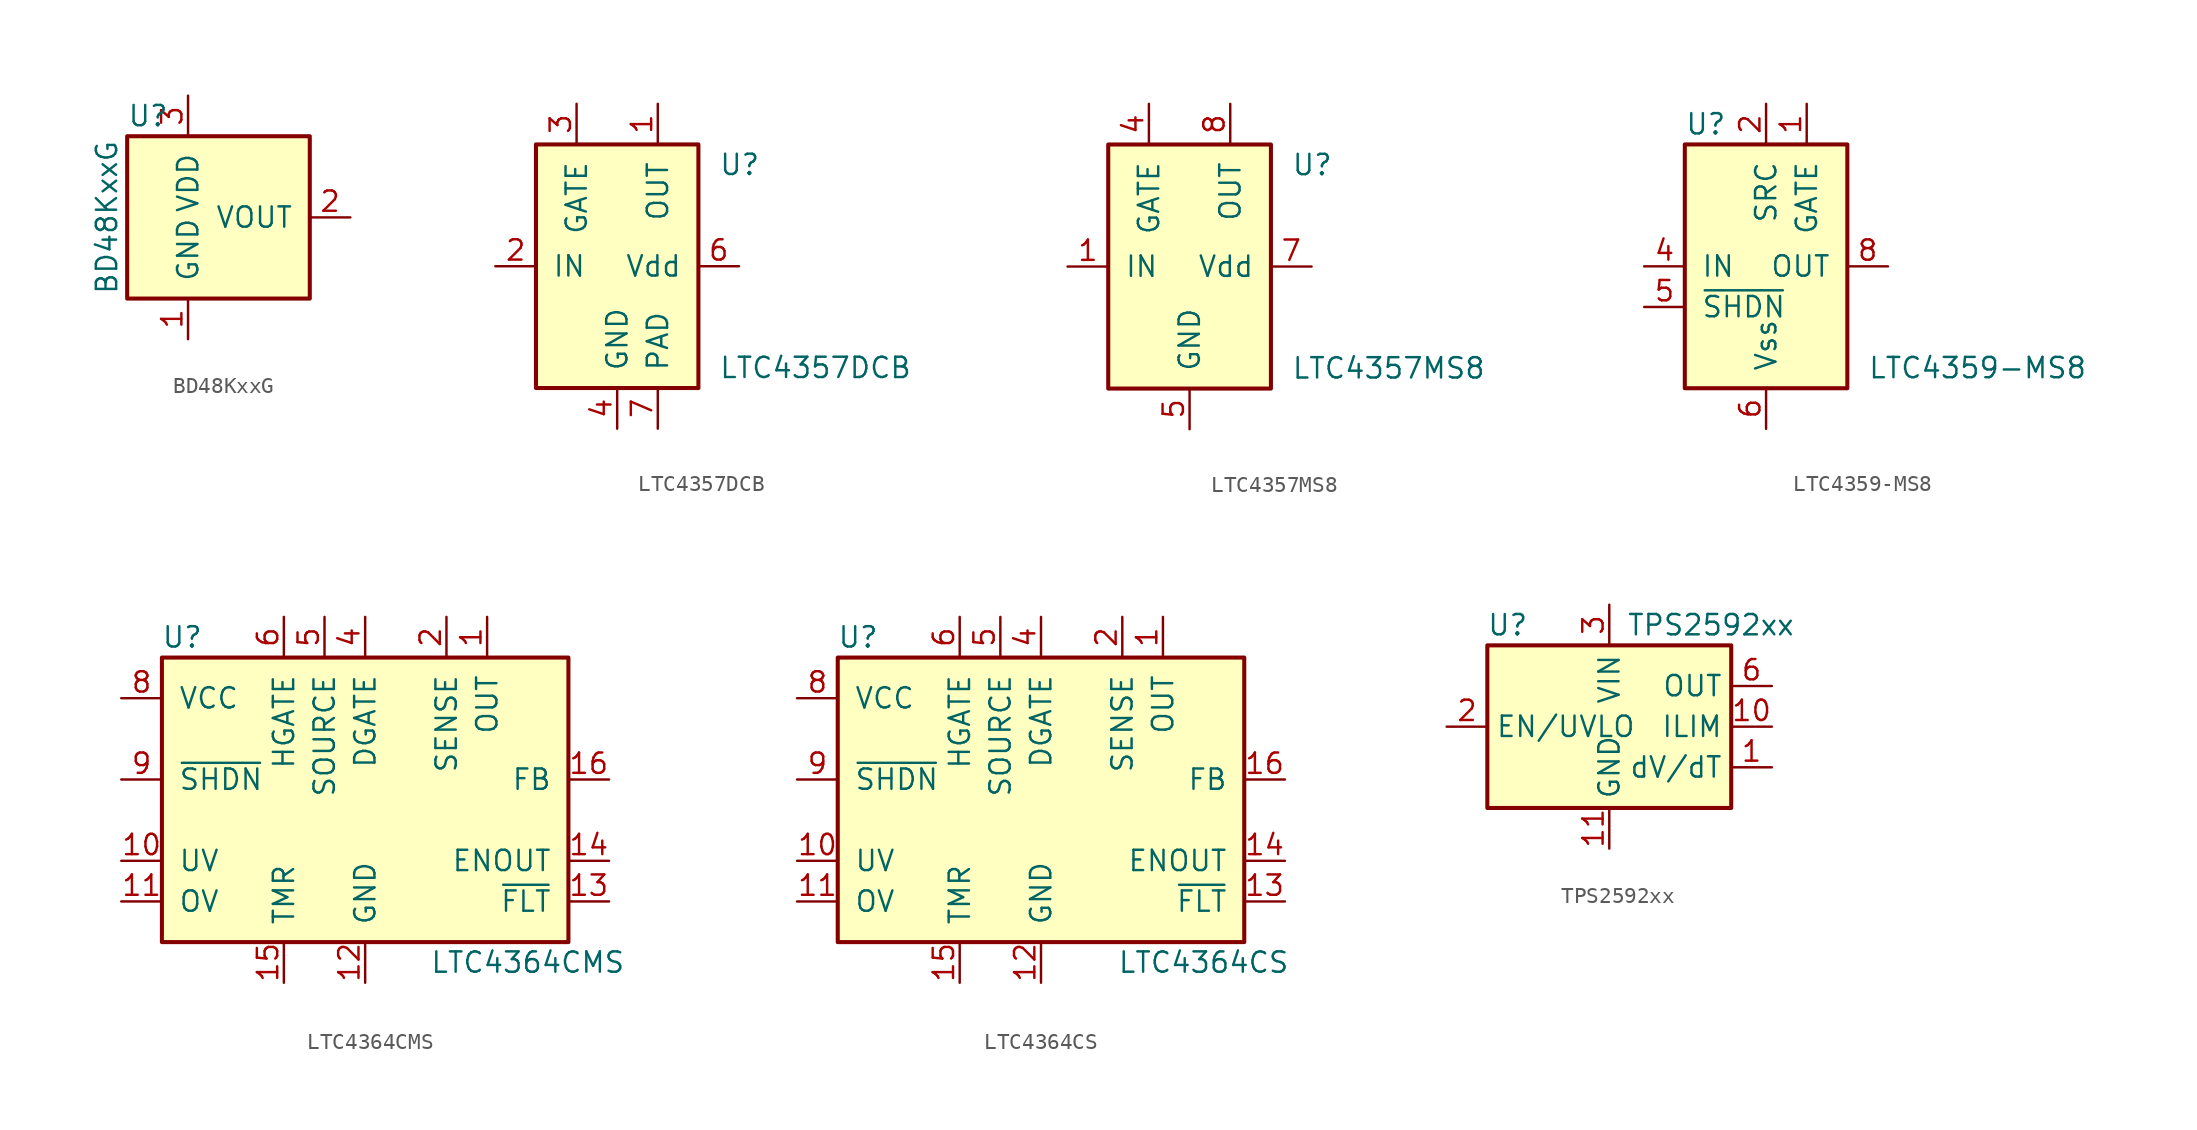
<source format=kicad_sym>
(kicad_symbol_lib
  (version 20220914)
  (generator kicad_symbol_editor)
  (symbol "BD48KxxG"
    (pin_names
      (offset 1.016))
    (property "Reference" "U"
      (at -3.81 6.35 0)
      (effects (font (size 1.27 1.27)) (justify left)))
    (property "Value" "BD48KxxG"
      (at -5.08 0 90)
      (effects (font (size 1.27 1.27))))
    (symbol "BD48KxxG_1_1"
      (rectangle (start -3.81 5.08) (end 7.62 -5.08) (stroke (width 0.254) (type default)) (fill (type background)))
      (pin power_in line (at 0 -7.62 90) (length 2.54) (name "GND" (effects (font (size 1.27 1.27)))) (number "1" (effects (font (size 1.27 1.27)))))
      (pin output line (at 10.16 0 180) (length 2.54) (name "VOUT" (effects (font (size 1.27 1.27)))) (number "2" (effects (font (size 1.27 1.27)))))
      (pin power_in line (at 0 7.62 270) (length 2.54) (name "VDD" (effects (font (size 1.27 1.27)))) (number "3" (effects (font (size 1.27 1.27)))))))
  (symbol "LTC4357DCB"
    (pin_names
      (offset 1.016))
    (property "Reference" "U"
      (at 6.35 6.35 0)
      (effects (font (size 1.27 1.27)) (justify left)))
    (property "Value" "LTC4357DCB"
      (at 6.35 -6.35 0)
      (effects (font (size 1.27 1.27)) (justify left)))
    (symbol "LTC4357DCB_0_1"
      (rectangle (start -5.08 7.62) (end 5.08 -7.62) (stroke (width 0.254) (type default)) (fill (type background))))
    (symbol "LTC4357DCB_1_1"
      (pin input line (at 2.54 10.16 270) (length 2.54) (name "OUT" (effects (font (size 1.27 1.27)))) (number "1" (effects (font (size 1.27 1.27)))))
      (pin input line (at -7.62 0 0) (length 2.54) (name "IN" (effects (font (size 1.27 1.27)))) (number "2" (effects (font (size 1.27 1.27)))))
      (pin output line (at -2.54 10.16 270) (length 2.54) (name "GATE" (effects (font (size 1.27 1.27)))) (number "3" (effects (font (size 1.27 1.27)))))
      (pin power_in line (at 0 -10.16 90) (length 2.54) (name "GND" (effects (font (size 1.27 1.27)))) (number "4" (effects (font (size 1.27 1.27)))))
      (pin no_connect line (at -7.62 -2.54 0) (length 2.54) hide (name "NC" (effects (font (size 1.27 1.27)))) (number "5" (effects (font (size 1.27 1.27)))))
      (pin power_in line (at 7.62 0 180) (length 2.54) (name "Vdd" (effects (font (size 1.27 1.27)))) (number "6" (effects (font (size 1.27 1.27)))))
      (pin power_in line (at 2.54 -10.16 90) (length 2.54) (name "PAD" (effects (font (size 1.27 1.27)))) (number "7" (effects (font (size 1.27 1.27)))))))
  (symbol "LTC4357MS8"
    (pin_names
      (offset 1.016))
    (property "Reference" "U"
      (at 6.35 6.35 0)
      (effects (font (size 1.27 1.27)) (justify left)))
    (property "Value" "LTC4357MS8"
      (at 6.35 -6.35 0)
      (effects (font (size 1.27 1.27)) (justify left)))
    (symbol "LTC4357MS8_0_1"
      (rectangle (start -5.08 7.62) (end 5.08 -7.62) (stroke (width 0.254) (type default)) (fill (type background))))
    (symbol "LTC4357MS8_1_1"
      (pin input line (at -7.62 0 0) (length 2.54) (name "IN" (effects (font (size 1.27 1.27)))) (number "1" (effects (font (size 1.27 1.27)))))
      (pin no_connect line (at -7.62 -2.54 0) (length 2.54) hide (name "NC" (effects (font (size 1.27 1.27)))) (number "2" (effects (font (size 1.27 1.27)))))
      (pin no_connect line (at -7.62 -5.08 0) (length 2.54) hide (name "NC" (effects (font (size 1.27 1.27)))) (number "3" (effects (font (size 1.27 1.27)))))
      (pin output line (at -2.54 10.16 270) (length 2.54) (name "GATE" (effects (font (size 1.27 1.27)))) (number "4" (effects (font (size 1.27 1.27)))))
      (pin power_in line (at 0 -10.16 90) (length 2.54) (name "GND" (effects (font (size 1.27 1.27)))) (number "5" (effects (font (size 1.27 1.27)))))
      (pin no_connect line (at 2.54 -10.16 90) (length 2.54) hide (name "NC" (effects (font (size 1.27 1.27)))) (number "6" (effects (font (size 1.27 1.27)))))
      (pin power_in line (at 7.62 0 180) (length 2.54) (name "Vdd" (effects (font (size 1.27 1.27)))) (number "7" (effects (font (size 1.27 1.27)))))
      (pin input line (at 2.54 10.16 270) (length 2.54) (name "OUT" (effects (font (size 1.27 1.27)))) (number "8" (effects (font (size 1.27 1.27)))))))
  (symbol "LTC4359-MS8"
    (pin_names
      (offset 1.016))
    (property "Reference" "U"
      (at -5.08 8.89 0)
      (effects (font (size 1.27 1.27)) (justify left)))
    (property "Value" "LTC4359-MS8"
      (at 6.35 -6.35 0)
      (effects (font (size 1.27 1.27)) (justify left)))
    (symbol "LTC4359-MS8_0_1"
      (rectangle (start -5.08 7.62) (end 5.08 -7.62) (stroke (width 0.254) (type default)) (fill (type background))))
    (symbol "LTC4359-MS8_1_1"
      (pin output line (at 2.54 10.16 270) (length 2.54) (name "GATE" (effects (font (size 1.27 1.27)))) (number "1" (effects (font (size 1.27 1.27)))))
      (pin input line (at 0 10.16 270) (length 2.54) (name "SRC" (effects (font (size 1.27 1.27)))) (number "2" (effects (font (size 1.27 1.27)))))
      (pin no_connect line (at -2.54 -10.16 90) (length 2.54) hide (name "NC" (effects (font (size 1.27 1.27)))) (number "3" (effects (font (size 1.27 1.27)))))
      (pin power_in line (at -7.62 0 0) (length 2.54) (name "IN" (effects (font (size 1.27 1.27)))) (number "4" (effects (font (size 1.27 1.27)))))
      (pin input line (at -7.62 -2.54 0) (length 2.54) (name "~{SHDN}" (effects (font (size 1.27 1.27)))) (number "5" (effects (font (size 1.27 1.27)))))
      (pin power_in line (at 0 -10.16 90) (length 2.54) (name "Vss" (effects (font (size 1.27 1.27)))) (number "6" (effects (font (size 1.27 1.27)))))
      (pin no_connect line (at 2.54 -10.16 90) (length 2.54) hide (name "NC" (effects (font (size 1.27 1.27)))) (number "7" (effects (font (size 1.27 1.27)))))
      (pin input line (at 7.62 0 180) (length 2.54) (name "OUT" (effects (font (size 1.27 1.27)))) (number "8" (effects (font (size 1.27 1.27)))))))
  (symbol "LTC4364CMS"
    (pin_names
      (offset 1.016))
    (property "Reference" "U"
      (at -11.43 8.89 0)
      (effects (font (size 1.27 1.27))))
    (property "Value" "LTC4364CMS"
      (at 10.16 -11.43 0)
      (effects (font (size 1.27 1.27))))
    (symbol "LTC4364CMS_0_1"
      (rectangle (start -12.7 7.62) (end 12.7 -10.16) (stroke (width 0.254) (type default)) (fill (type background))))
    (symbol "LTC4364CMS_1_1"
      (pin input line (at 7.62 10.16 270) (length 2.54) (name "OUT" (effects (font (size 1.27 1.27)))) (number "1" (effects (font (size 1.27 1.27)))))
      (pin input line (at -15.24 -5.08 0) (length 2.54) (name "UV" (effects (font (size 1.27 1.27)))) (number "10" (effects (font (size 1.27 1.27)))))
      (pin input line (at -15.24 -7.62 0) (length 2.54) (name "OV" (effects (font (size 1.27 1.27)))) (number "11" (effects (font (size 1.27 1.27)))))
      (pin power_in line (at 0 -12.7 90) (length 2.54) (name "GND" (effects (font (size 1.27 1.27)))) (number "12" (effects (font (size 1.27 1.27)))))
      (pin open_collector line (at 15.24 -7.62 180) (length 2.54) (name "~{FLT}" (effects (font (size 1.27 1.27)))) (number "13" (effects (font (size 1.27 1.27)))))
      (pin open_collector line (at 15.24 -5.08 180) (length 2.54) (name "ENOUT" (effects (font (size 1.27 1.27)))) (number "14" (effects (font (size 1.27 1.27)))))
      (pin input line (at -5.08 -12.7 90) (length 2.54) (name "TMR" (effects (font (size 1.27 1.27)))) (number "15" (effects (font (size 1.27 1.27)))))
      (pin input line (at 15.24 0 180) (length 2.54) (name "FB" (effects (font (size 1.27 1.27)))) (number "16" (effects (font (size 1.27 1.27)))))
      (pin input line (at 5.08 10.16 270) (length 2.54) (name "SENSE" (effects (font (size 1.27 1.27)))) (number "2" (effects (font (size 1.27 1.27)))))
      (pin no_connect line (at 15.24 2.54 180) (length 2.54) hide (name "NC" (effects (font (size 1.27 1.27)))) (number "3" (effects (font (size 1.27 1.27)))))
      (pin output line (at 0 10.16 270) (length 2.54) (name "DGATE" (effects (font (size 1.27 1.27)))) (number "4" (effects (font (size 1.27 1.27)))))
      (pin input line (at -2.54 10.16 270) (length 2.54) (name "SOURCE" (effects (font (size 1.27 1.27)))) (number "5" (effects (font (size 1.27 1.27)))))
      (pin output line (at -5.08 10.16 270) (length 2.54) (name "HGATE" (effects (font (size 1.27 1.27)))) (number "6" (effects (font (size 1.27 1.27)))))
      (pin no_connect line (at 15.24 5.08 180) (length 2.54) hide (name "NC" (effects (font (size 1.27 1.27)))) (number "7" (effects (font (size 1.27 1.27)))))
      (pin power_in line (at -15.24 5.08 0) (length 2.54) (name "VCC" (effects (font (size 1.27 1.27)))) (number "8" (effects (font (size 1.27 1.27)))))
      (pin input line (at -15.24 0 0) (length 2.54) (name "~{SHDN}" (effects (font (size 1.27 1.27)))) (number "9" (effects (font (size 1.27 1.27)))))))
  (symbol "LTC4364CS"
    (pin_names
      (offset 1.016))
    (property "Reference" "U"
      (at -11.43 8.89 0)
      (effects (font (size 1.27 1.27))))
    (property "Value" "LTC4364CS"
      (at 10.16 -11.43 0)
      (effects (font (size 1.27 1.27))))
    (symbol "LTC4364CS_0_1"
      (rectangle (start -12.7 7.62) (end 12.7 -10.16) (stroke (width 0.254) (type default)) (fill (type background))))
    (symbol "LTC4364CS_1_1"
      (pin input line (at 7.62 10.16 270) (length 2.54) (name "OUT" (effects (font (size 1.27 1.27)))) (number "1" (effects (font (size 1.27 1.27)))))
      (pin input line (at -15.24 -5.08 0) (length 2.54) (name "UV" (effects (font (size 1.27 1.27)))) (number "10" (effects (font (size 1.27 1.27)))))
      (pin input line (at -15.24 -7.62 0) (length 2.54) (name "OV" (effects (font (size 1.27 1.27)))) (number "11" (effects (font (size 1.27 1.27)))))
      (pin power_in line (at 0 -12.7 90) (length 2.54) (name "GND" (effects (font (size 1.27 1.27)))) (number "12" (effects (font (size 1.27 1.27)))))
      (pin open_collector line (at 15.24 -7.62 180) (length 2.54) (name "~{FLT}" (effects (font (size 1.27 1.27)))) (number "13" (effects (font (size 1.27 1.27)))))
      (pin open_collector line (at 15.24 -5.08 180) (length 2.54) (name "ENOUT" (effects (font (size 1.27 1.27)))) (number "14" (effects (font (size 1.27 1.27)))))
      (pin input line (at -5.08 -12.7 90) (length 2.54) (name "TMR" (effects (font (size 1.27 1.27)))) (number "15" (effects (font (size 1.27 1.27)))))
      (pin input line (at 15.24 0 180) (length 2.54) (name "FB" (effects (font (size 1.27 1.27)))) (number "16" (effects (font (size 1.27 1.27)))))
      (pin input line (at 5.08 10.16 270) (length 2.54) (name "SENSE" (effects (font (size 1.27 1.27)))) (number "2" (effects (font (size 1.27 1.27)))))
      (pin no_connect line (at 15.24 2.54 180) (length 2.54) hide (name "NC" (effects (font (size 1.27 1.27)))) (number "3" (effects (font (size 1.27 1.27)))))
      (pin output line (at 0 10.16 270) (length 2.54) (name "DGATE" (effects (font (size 1.27 1.27)))) (number "4" (effects (font (size 1.27 1.27)))))
      (pin input line (at -2.54 10.16 270) (length 2.54) (name "SOURCE" (effects (font (size 1.27 1.27)))) (number "5" (effects (font (size 1.27 1.27)))))
      (pin output line (at -5.08 10.16 270) (length 2.54) (name "HGATE" (effects (font (size 1.27 1.27)))) (number "6" (effects (font (size 1.27 1.27)))))
      (pin no_connect line (at 15.24 5.08 180) (length 2.54) hide (name "NC" (effects (font (size 1.27 1.27)))) (number "7" (effects (font (size 1.27 1.27)))))
      (pin power_in line (at -15.24 5.08 0) (length 2.54) (name "VCC" (effects (font (size 1.27 1.27)))) (number "8" (effects (font (size 1.27 1.27)))))
      (pin input line (at -15.24 0 0) (length 2.54) (name "~{SHDN}" (effects (font (size 1.27 1.27)))) (number "9" (effects (font (size 1.27 1.27)))))))
  (symbol "TPS2592xx"
    (property "Reference" "U"
      (at -6.35 6.35 0)
      (effects (font (size 1.27 1.27))))
    (property "Value" "TPS2592xx"
      (at 6.35 6.35 0)
      (effects (font (size 1.27 1.27))))
    (symbol "TPS2592xx_0_1"
      (rectangle (start -7.62 5.08) (end 7.62 -5.08) (stroke (width 0.254) (type default)) (fill (type background))))
    (symbol "TPS2592xx_1_1"
      (pin output line (at 10.16 -2.54 180) (length 2.54) (name "dV/dT" (effects (font (size 1.27 1.27)))) (number "1" (effects (font (size 1.27 1.27)))))
      (pin output line (at 10.16 0 180) (length 2.54) (name "ILIM" (effects (font (size 1.27 1.27)))) (number "10" (effects (font (size 1.27 1.27)))))
      (pin power_in line (at 0 -7.62 90) (length 2.54) (name "GND" (effects (font (size 1.27 1.27)))) (number "11" (effects (font (size 1.27 1.27)))))
      (pin input line (at -10.16 0 0) (length 2.54) (name "EN/UVLO" (effects (font (size 1.27 1.27)))) (number "2" (effects (font (size 1.27 1.27)))))
      (pin power_in line (at 0 7.62 270) (length 2.54) (name "VIN" (effects (font (size 1.27 1.27)))) (number "3" (effects (font (size 1.27 1.27)))))
      (pin passive line (at 0 7.62 270) (length 2.54) hide (name "VIN" (effects (font (size 1.27 1.27)))) (number "4" (effects (font (size 1.27 1.27)))))
      (pin passive line (at 0 7.62 270) (length 2.54) hide (name "VIN" (effects (font (size 1.27 1.27)))) (number "5" (effects (font (size 1.27 1.27)))))
      (pin power_out line (at 10.16 2.54 180) (length 2.54) (name "OUT" (effects (font (size 1.27 1.27)))) (number "6" (effects (font (size 1.27 1.27)))))
      (pin passive line (at 10.16 2.54 180) (length 2.54) hide (name "OUT" (effects (font (size 1.27 1.27)))) (number "7" (effects (font (size 1.27 1.27)))))
      (pin passive line (at 10.16 2.54 180) (length 2.54) hide (name "OUT" (effects (font (size 1.27 1.27)))) (number "8" (effects (font (size 1.27 1.27)))))
      (pin no_connect line (at -10.16 -2.54 0) (length 2.54) hide (name "NC" (effects (font (size 1.27 1.27)))) (number "9" (effects (font (size 1.27 1.27))))))))
</source>
